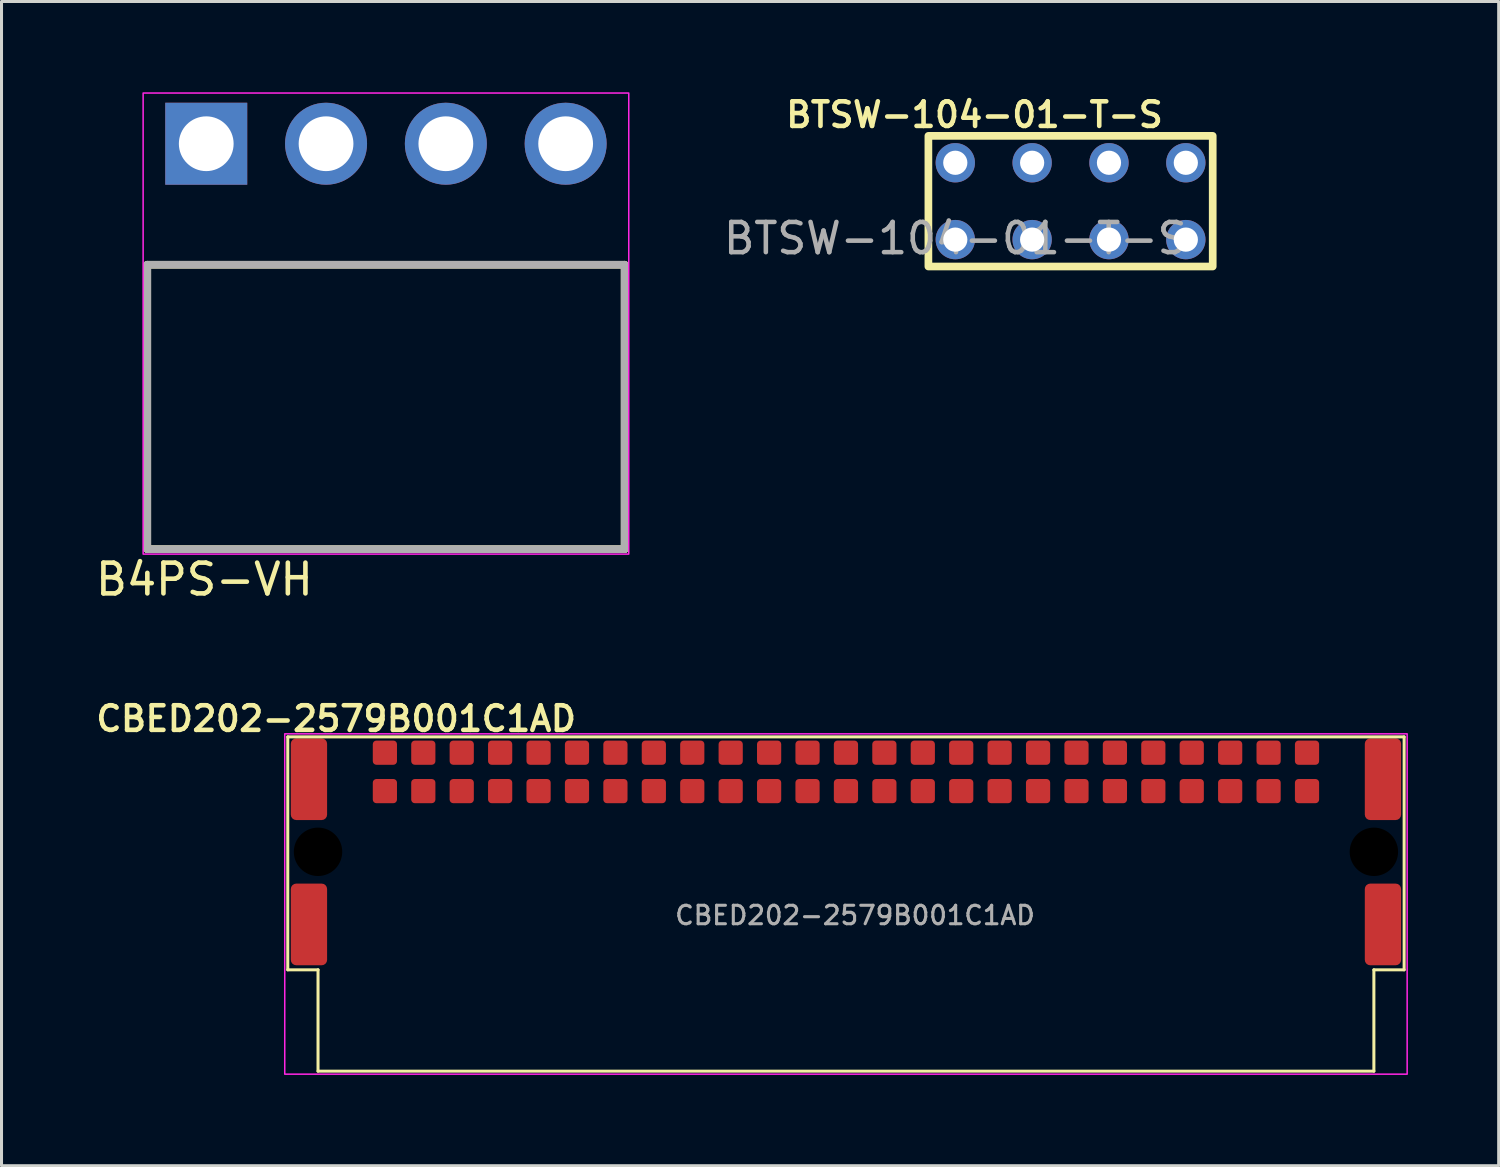
<source format=kicad_pcb>
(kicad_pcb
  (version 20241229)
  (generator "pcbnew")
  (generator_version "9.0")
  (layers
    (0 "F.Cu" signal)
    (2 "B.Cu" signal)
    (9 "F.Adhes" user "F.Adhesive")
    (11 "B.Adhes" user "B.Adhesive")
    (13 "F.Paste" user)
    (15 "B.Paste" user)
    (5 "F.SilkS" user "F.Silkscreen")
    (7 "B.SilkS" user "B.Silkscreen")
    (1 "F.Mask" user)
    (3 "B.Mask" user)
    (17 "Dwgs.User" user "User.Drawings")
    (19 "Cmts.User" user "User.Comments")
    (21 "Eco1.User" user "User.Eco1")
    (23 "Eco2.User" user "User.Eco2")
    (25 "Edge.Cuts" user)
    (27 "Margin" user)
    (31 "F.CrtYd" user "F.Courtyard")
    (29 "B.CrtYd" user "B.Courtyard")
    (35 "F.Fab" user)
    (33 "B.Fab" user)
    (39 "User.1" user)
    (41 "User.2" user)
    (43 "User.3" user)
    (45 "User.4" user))
  (footprint "BTSW-104-01-T-S"
    (layer "F.Cu")
    (at 28.526 2.33)
    (property "Reference" "BTSW-104-01-T-S" (at 0.635 -1.587 0) (unlocked yes) (layer "F.SilkS") (effects (font (size 0.813 0.813) (thickness 0.152) (bold yes))))
    (attr through_hole)
    (fp_rect (start -0.889 -0.889) (end 8.509 3.429) (stroke (width 0.254) (type default)) (fill no) (layer "F.SilkS"))
    (fp_text user "${REFERENCE}" (at 0 2.5 0) (unlocked yes) (layer "F.Fab") (effects (font (size 1 1) (thickness 0.15))))
    (pad "1" thru_hole circle (at 0 0) (size 1.3 1.3) (drill 0.8) (layers "*.Cu" "*.Mask"))
    (pad "2" thru_hole circle (at 0 2.54) (size 1.3 1.3) (drill 0.8) (layers "*.Cu" "*.Mask"))
    (pad "3" thru_hole circle (at 2.54 0) (size 1.3 1.3) (drill 0.8) (layers "*.Cu" "*.Mask"))
    (pad "4" thru_hole circle (at 2.54 2.54) (size 1.3 1.3) (drill 0.8) (layers "*.Cu" "*.Mask"))
    (pad "5" thru_hole circle (at 5.08 0) (size 1.3 1.3) (drill 0.8) (layers "*.Cu" "*.Mask"))
    (pad "6" thru_hole circle (at 5.08 2.54) (size 1.3 1.3) (drill 0.8) (layers "*.Cu" "*.Mask"))
    (pad "7" thru_hole circle (at 7.62 0) (size 1.3 1.3) (drill 0.8) (layers "*.Cu" "*.Mask"))
    (pad "8" thru_hole circle (at 7.62 2.54) (size 1.3 1.3) (drill 0.8) (layers "*.Cu" "*.Mask")))
  (footprint "CBED202-2579B001C1AD"
    (layer "F.Cu")
    (at 7.462 25.106)
    (property "Reference" "CBED202-2579B001C1AD" (at 0.6 -4.4 0) (unlocked yes) (layer "F.SilkS") (effects (font (size 0.813 0.813) (thickness 0.152) (bold yes))))
    (attr smd)
    (fp_line (start -1 -3.8) (end 35.9 -3.8) (stroke (width 0.1) (type default)) (layer "F.SilkS"))
    (fp_line (start -1 3.9) (end -1 -3.8) (stroke (width 0.1) (type default)) (layer "F.SilkS"))
    (fp_line (start -1 3.9) (end 0 3.9) (stroke (width 0.1) (type default)) (layer "F.SilkS"))
    (fp_line (start 0 3.9) (end 0 7.25) (stroke (width 0.1) (type default)) (layer "F.SilkS"))
    (fp_line (start 34.9 3.9) (end 34.9 7.25) (stroke (width 0.1) (type default)) (layer "F.SilkS"))
    (fp_line (start 34.9 7.25) (end 0 7.25) (stroke (width 0.1) (type default)) (layer "F.SilkS"))
    (fp_line (start 35.9 -3.8) (end 35.9 3.9) (stroke (width 0.1) (type default)) (layer "F.SilkS"))
    (fp_line (start 35.9 3.9) (end 34.9 3.9) (stroke (width 0.1) (type default)) (layer "F.SilkS"))
    (fp_rect (start -1.1 -3.9) (end 36 7.35) (stroke (width 0.05) (type default)) (fill no) (layer "F.CrtYd"))
    (fp_text user "${REFERENCE}" (at 17.75 2.1 0) (unlocked yes) (layer "F.Fab") (effects (font (size 0.61 0.61) (thickness 0.102) (bold yes))))
    (pad "" smd roundrect (at -0.3 -2.4) (size 1.2 2.7) (layers "F.Cu" "F.Mask" "F.Paste") (roundrect_rratio 0.15))
    (pad "" smd roundrect (at -0.3 2.4) (size 1.2 2.7) (layers "F.Cu" "F.Mask" "F.Paste") (roundrect_rratio 0.15))
    (pad "" np_thru_hole circle (at 0 0) (size 1.6 1.6) (drill 1.6) (layers "*.Mask"))
    (pad "" np_thru_hole circle (at 34.9 0) (size 1.6 1.6) (drill 1.6) (layers "*.Mask"))
    (pad "" smd roundrect (at 35.2 -2.4) (size 1.2 2.7) (layers "F.Cu" "F.Mask" "F.Paste") (roundrect_rratio 0.15))
    (pad "" smd roundrect (at 35.2 2.4) (size 1.2 2.7) (layers "F.Cu" "F.Mask" "F.Paste") (roundrect_rratio 0.15))
    (pad "1" smd roundrect (at 2.21 -2.007) (size 0.8 0.8) (layers "F.Cu" "F.Mask" "F.Paste") (roundrect_rratio 0.15))
    (pad "2" smd roundrect (at 3.48 -2.007) (size 0.8 0.8) (layers "F.Cu" "F.Mask" "F.Paste") (roundrect_rratio 0.15))
    (pad "3" smd roundrect (at 4.75 -2.007) (size 0.8 0.8) (layers "F.Cu" "F.Mask" "F.Paste") (roundrect_rratio 0.15))
    (pad "4" smd roundrect (at 6.02 -2.007) (size 0.8 0.8) (layers "F.Cu" "F.Mask" "F.Paste") (roundrect_rratio 0.15))
    (pad "5" smd roundrect (at 7.29 -2.007) (size 0.8 0.8) (layers "F.Cu" "F.Mask" "F.Paste") (roundrect_rratio 0.15))
    (pad "6" smd roundrect (at 8.56 -2.007) (size 0.8 0.8) (layers "F.Cu" "F.Mask" "F.Paste") (roundrect_rratio 0.15))
    (pad "7" smd roundrect (at 9.83 -2.007) (size 0.8 0.8) (layers "F.Cu" "F.Mask" "F.Paste") (roundrect_rratio 0.15))
    (pad "8" smd roundrect (at 11.1 -2.007) (size 0.8 0.8) (layers "F.Cu" "F.Mask" "F.Paste") (roundrect_rratio 0.15))
    (pad "9" smd roundrect (at 12.37 -2.007) (size 0.8 0.8) (layers "F.Cu" "F.Mask" "F.Paste") (roundrect_rratio 0.15))
    (pad "10" smd roundrect (at 13.64 -2.007) (size 0.8 0.8) (layers "F.Cu" "F.Mask" "F.Paste") (roundrect_rratio 0.15))
    (pad "11" smd roundrect (at 14.91 -2.007) (size 0.8 0.8) (layers "F.Cu" "F.Mask" "F.Paste") (roundrect_rratio 0.15))
    (pad "12" smd roundrect (at 16.18 -2.007) (size 0.8 0.8) (layers "F.Cu" "F.Mask" "F.Paste") (roundrect_rratio 0.15))
    (pad "13" smd roundrect (at 17.45 -2.007) (size 0.8 0.8) (layers "F.Cu" "F.Mask" "F.Paste") (roundrect_rratio 0.15))
    (pad "14" smd roundrect (at 18.72 -2.007) (size 0.8 0.8) (layers "F.Cu" "F.Mask" "F.Paste") (roundrect_rratio 0.15))
    (pad "15" smd roundrect (at 19.99 -2.007) (size 0.8 0.8) (layers "F.Cu" "F.Mask" "F.Paste") (roundrect_rratio 0.15))
    (pad "16" smd roundrect (at 21.26 -2.007) (size 0.8 0.8) (layers "F.Cu" "F.Mask" "F.Paste") (roundrect_rratio 0.15))
    (pad "17" smd roundrect (at 22.53 -2.007) (size 0.8 0.8) (layers "F.Cu" "F.Mask" "F.Paste") (roundrect_rratio 0.15))
    (pad "18" smd roundrect (at 23.8 -2.007) (size 0.8 0.8) (layers "F.Cu" "F.Mask" "F.Paste") (roundrect_rratio 0.15))
    (pad "19" smd roundrect (at 25.07 -2.007) (size 0.8 0.8) (layers "F.Cu" "F.Mask" "F.Paste") (roundrect_rratio 0.15))
    (pad "20" smd roundrect (at 26.34 -2.007) (size 0.8 0.8) (layers "F.Cu" "F.Mask" "F.Paste") (roundrect_rratio 0.15))
    (pad "21" smd roundrect (at 27.61 -2.007) (size 0.8 0.8) (layers "F.Cu" "F.Mask" "F.Paste") (roundrect_rratio 0.15))
    (pad "22" smd roundrect (at 28.88 -2.007) (size 0.8 0.8) (layers "F.Cu" "F.Mask" "F.Paste") (roundrect_rratio 0.15))
    (pad "23" smd roundrect (at 30.15 -2.007) (size 0.8 0.8) (layers "F.Cu" "F.Mask" "F.Paste") (roundrect_rratio 0.15))
    (pad "24" smd roundrect (at 31.42 -2.007) (size 0.8 0.8) (layers "F.Cu" "F.Mask" "F.Paste") (roundrect_rratio 0.15))
    (pad "25" smd roundrect (at 32.69 -2.007) (size 0.8 0.8) (layers "F.Cu" "F.Mask" "F.Paste") (roundrect_rratio 0.15))
    (pad "26" smd roundrect (at 2.21 -3.277) (size 0.8 0.8) (layers "F.Cu" "F.Mask" "F.Paste") (roundrect_rratio 0.15))
    (pad "27" smd roundrect (at 3.48 -3.277) (size 0.8 0.8) (layers "F.Cu" "F.Mask" "F.Paste") (roundrect_rratio 0.15))
    (pad "28" smd roundrect (at 4.75 -3.277) (size 0.8 0.8) (layers "F.Cu" "F.Mask" "F.Paste") (roundrect_rratio 0.15))
    (pad "29" smd roundrect (at 6.02 -3.277) (size 0.8 0.8) (layers "F.Cu" "F.Mask" "F.Paste") (roundrect_rratio 0.15))
    (pad "30" smd roundrect (at 7.29 -3.277) (size 0.8 0.8) (layers "F.Cu" "F.Mask" "F.Paste") (roundrect_rratio 0.15))
    (pad "31" smd roundrect (at 8.56 -3.277) (size 0.8 0.8) (layers "F.Cu" "F.Mask" "F.Paste") (roundrect_rratio 0.15))
    (pad "32" smd roundrect (at 9.83 -3.277) (size 0.8 0.8) (layers "F.Cu" "F.Mask" "F.Paste") (roundrect_rratio 0.15))
    (pad "33" smd roundrect (at 11.1 -3.277) (size 0.8 0.8) (layers "F.Cu" "F.Mask" "F.Paste") (roundrect_rratio 0.15))
    (pad "34" smd roundrect (at 12.37 -3.277) (size 0.8 0.8) (layers "F.Cu" "F.Mask" "F.Paste") (roundrect_rratio 0.15))
    (pad "35" smd roundrect (at 13.64 -3.277) (size 0.8 0.8) (layers "F.Cu" "F.Mask" "F.Paste") (roundrect_rratio 0.15))
    (pad "36" smd roundrect (at 14.91 -3.277) (size 0.8 0.8) (layers "F.Cu" "F.Mask" "F.Paste") (roundrect_rratio 0.15))
    (pad "37" smd roundrect (at 16.18 -3.277) (size 0.8 0.8) (layers "F.Cu" "F.Mask" "F.Paste") (roundrect_rratio 0.15))
    (pad "38" smd roundrect (at 17.45 -3.277) (size 0.8 0.8) (layers "F.Cu" "F.Mask" "F.Paste") (roundrect_rratio 0.15))
    (pad "39" smd roundrect (at 18.72 -3.277) (size 0.8 0.8) (layers "F.Cu" "F.Mask" "F.Paste") (roundrect_rratio 0.15))
    (pad "40" smd roundrect (at 19.99 -3.277) (size 0.8 0.8) (layers "F.Cu" "F.Mask" "F.Paste") (roundrect_rratio 0.15))
    (pad "41" smd roundrect (at 21.26 -3.277) (size 0.8 0.8) (layers "F.Cu" "F.Mask" "F.Paste") (roundrect_rratio 0.15))
    (pad "42" smd roundrect (at 22.53 -3.277) (size 0.8 0.8) (layers "F.Cu" "F.Mask" "F.Paste") (roundrect_rratio 0.15))
    (pad "43" smd roundrect (at 23.8 -3.277) (size 0.8 0.8) (layers "F.Cu" "F.Mask" "F.Paste") (roundrect_rratio 0.15))
    (pad "44" smd roundrect (at 25.07 -3.277) (size 0.8 0.8) (layers "F.Cu" "F.Mask" "F.Paste") (roundrect_rratio 0.15))
    (pad "45" smd roundrect (at 26.34 -3.277) (size 0.8 0.8) (layers "F.Cu" "F.Mask" "F.Paste") (roundrect_rratio 0.15))
    (pad "46" smd roundrect (at 27.61 -3.277) (size 0.8 0.8) (layers "F.Cu" "F.Mask" "F.Paste") (roundrect_rratio 0.15))
    (pad "47" smd roundrect (at 28.88 -3.277) (size 0.8 0.8) (layers "F.Cu" "F.Mask" "F.Paste") (roundrect_rratio 0.15))
    (pad "48" smd roundrect (at 30.15 -3.277) (size 0.8 0.8) (layers "F.Cu" "F.Mask" "F.Paste") (roundrect_rratio 0.15))
    (pad "49" smd roundrect (at 31.42 -3.277) (size 0.8 0.8) (layers "F.Cu" "F.Mask" "F.Paste") (roundrect_rratio 0.15))
    (pad "50" smd roundrect (at 32.69 -3.277) (size 0.8 0.8) (layers "F.Cu" "F.Mask" "F.Paste") (roundrect_rratio 0.15)))
  (footprint "B4PS-VH"
    (layer "F.Cu")
    (at 9.707 1.701)
    (property "Reference" "B4PS-VH" (at -6 14.4 0) (layer "F.SilkS") (effects (font (size 1.016 1.016) (thickness 0.152))))
    (attr through_hole)
    (fp_line (start -7.89 4) (end -7.89 13.4) (stroke (width 0.254) (type solid)) (layer "F.SilkS"))
    (fp_line (start -7.89 13.4) (end 7.89 13.4) (stroke (width 0.254) (type solid)) (layer "F.SilkS"))
    (fp_line (start 7.89 4) (end -7.89 4) (stroke (width 0.254) (type solid)) (layer "F.SilkS"))
    (fp_line (start 7.89 13.4) (end 7.89 4) (stroke (width 0.254) (type solid)) (layer "F.SilkS"))
    (fp_rect (start -8.026 -1.676) (end 8.026 13.564) (stroke (width 0.05) (type solid)) (fill no) (layer "F.CrtYd"))
    (fp_line (start -7.89 4) (end -7.89 13.4) (stroke (width 0.254) (type solid)) (layer "F.Fab"))
    (fp_line (start -7.89 13.4) (end 7.89 13.4) (stroke (width 0.254) (type solid)) (layer "F.Fab"))
    (fp_line (start 7.89 4) (end -7.89 4) (stroke (width 0.254) (type solid)) (layer "F.Fab"))
    (fp_line (start 7.89 13.4) (end 7.89 4) (stroke (width 0.254) (type solid)) (layer "F.Fab"))
    (pad "1" thru_hole rect (at -5.94 0) (size 2.71 2.71) (drill 1.81) (layers "*.Cu" "*.Mask"))
    (pad "2" thru_hole circle (at -1.98 0) (size 2.71 2.71) (drill 1.81) (layers "*.Cu" "*.Mask"))
    (pad "3" thru_hole circle (at 1.98 0) (size 2.71 2.71) (drill 1.81) (layers "*.Cu" "*.Mask"))
    (pad "4" thru_hole circle (at 5.94 0) (size 2.71 2.71) (drill 1.81) (layers "*.Cu" "*.Mask")))
  (gr_rect
    (start -3 -3)
    (end 46.487 35.481)
    (stroke (width 0.1) (type default))
    (fill no)
    (layer "Edge.Cuts")))
</source>
